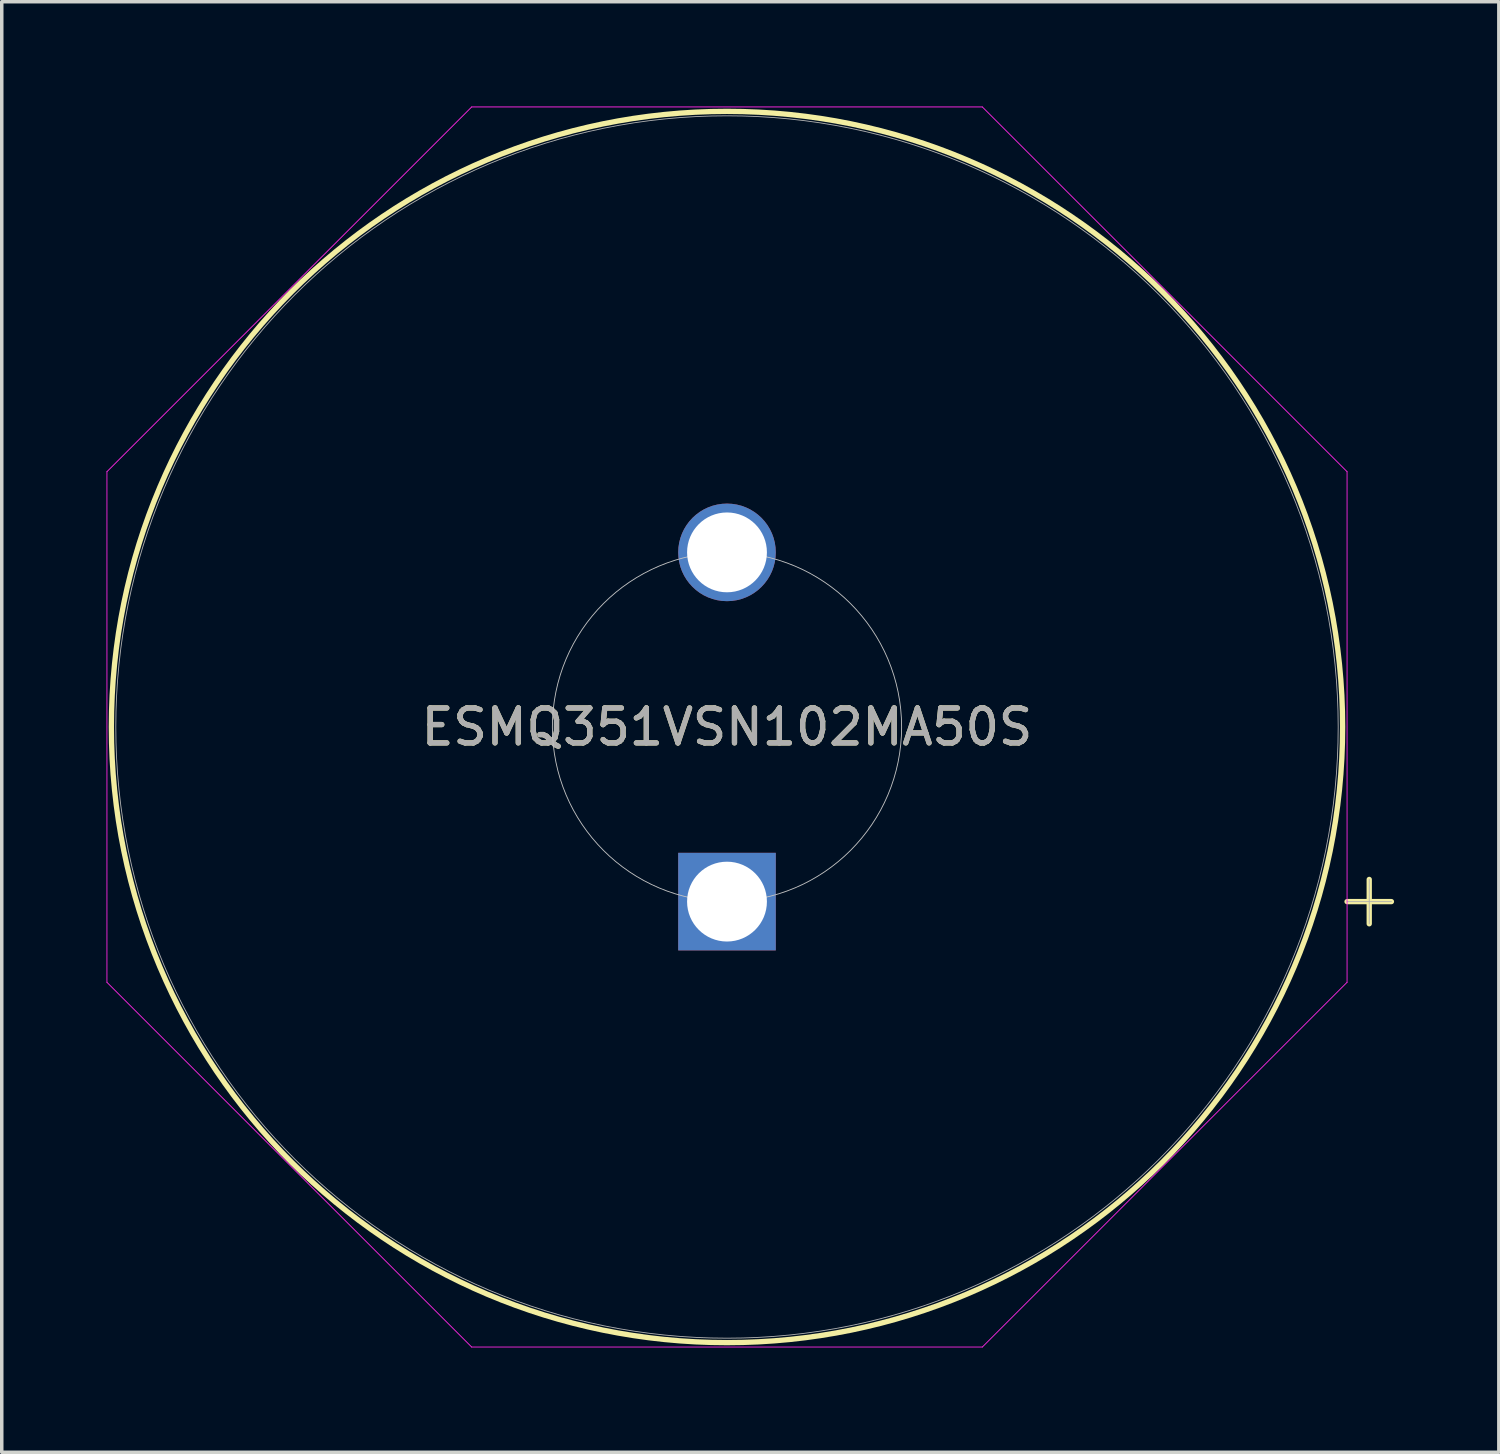
<source format=kicad_pcb>
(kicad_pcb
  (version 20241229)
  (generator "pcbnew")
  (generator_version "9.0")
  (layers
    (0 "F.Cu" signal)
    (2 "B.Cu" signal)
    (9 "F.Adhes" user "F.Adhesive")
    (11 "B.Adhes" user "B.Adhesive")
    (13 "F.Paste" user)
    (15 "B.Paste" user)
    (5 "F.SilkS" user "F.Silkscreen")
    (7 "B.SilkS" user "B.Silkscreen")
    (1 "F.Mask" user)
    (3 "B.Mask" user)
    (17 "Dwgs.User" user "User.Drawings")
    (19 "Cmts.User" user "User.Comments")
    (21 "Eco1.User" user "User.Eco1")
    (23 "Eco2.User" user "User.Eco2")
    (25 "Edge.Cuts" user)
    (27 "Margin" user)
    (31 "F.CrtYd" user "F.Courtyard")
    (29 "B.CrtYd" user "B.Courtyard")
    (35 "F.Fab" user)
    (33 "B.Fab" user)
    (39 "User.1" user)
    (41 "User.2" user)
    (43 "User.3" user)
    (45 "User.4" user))
  (footprint "ESMQ351VSN102MA50S"
    (layer "F.Cu")
    (at 17.767 22.767)
    (property "Reference" "ESMQ351VSN102MA50S" (at 0 -5 0) (unlocked yes) (layer "F.SilkS") (effects (font (size 1 1) (thickness 0.15))))
    (attr through_hole)
    (fp_line (start 17.755 0) (end 19.025 0) (stroke (width 0.152) (type solid)) (layer "F.SilkS"))
    (fp_line (start 18.39 -0.635) (end 18.39 0.635) (stroke (width 0.152) (type solid)) (layer "F.SilkS"))
    (fp_circle (center 0 -5) (end 17.628 -5) (stroke (width 0.152) (type solid)) (fill no) (layer "F.SilkS"))
    (fp_circle (center 0 -5) (end 5 -5) (stroke (width 0.025) (type solid)) (fill no) (layer "Dwgs.User"))
    (fp_line (start -17.755 -12.311) (end -7.311 -22.755) (stroke (width 0.025) (type solid)) (layer "F.CrtYd"))
    (fp_line (start -17.755 2.311) (end -17.755 -12.311) (stroke (width 0.025) (type solid)) (layer "F.CrtYd"))
    (fp_line (start -7.311 -22.755) (end 7.311 -22.755) (stroke (width 0.025) (type solid)) (layer "F.CrtYd"))
    (fp_line (start -7.311 12.755) (end -17.755 2.311) (stroke (width 0.025) (type solid)) (layer "F.CrtYd"))
    (fp_line (start 7.311 -22.755) (end 17.755 -12.311) (stroke (width 0.025) (type solid)) (layer "F.CrtYd"))
    (fp_line (start 7.311 12.755) (end -7.311 12.755) (stroke (width 0.025) (type solid)) (layer "F.CrtYd"))
    (fp_line (start 17.755 -12.311) (end 17.755 2.311) (stroke (width 0.025) (type solid)) (layer "F.CrtYd"))
    (fp_line (start 17.755 2.311) (end 7.311 12.755) (stroke (width 0.025) (type solid)) (layer "F.CrtYd"))
    (fp_line (start 17.755 0) (end 19.025 0) (stroke (width 0.025) (type solid)) (layer "F.Fab"))
    (fp_line (start 18.39 -0.635) (end 18.39 0.635) (stroke (width 0.025) (type solid)) (layer "F.Fab"))
    (fp_circle (center 0 -5) (end 17.501 -5) (stroke (width 0.025) (type solid)) (fill no) (layer "F.Fab"))
    (fp_text user "${REFERENCE}" (at 0 -5 0) (unlocked yes) (layer "F.Fab") (effects (font (size 1 1) (thickness 0.15))))
    (pad "1" thru_hole rect (at 0 0) (size 2.794 2.794) (drill 2.286) (layers "*.Cu" "*.Mask"))
    (pad "2" thru_hole circle (at 0 -10) (size 2.794 2.794) (drill 2.286) (layers "*.Cu" "*.Mask")))
  (gr_rect
    (start -3 -3)
    (end 39.868 38.535)
    (stroke (width 0.1) (type default))
    (fill no)
    (layer "Edge.Cuts")))
</source>
